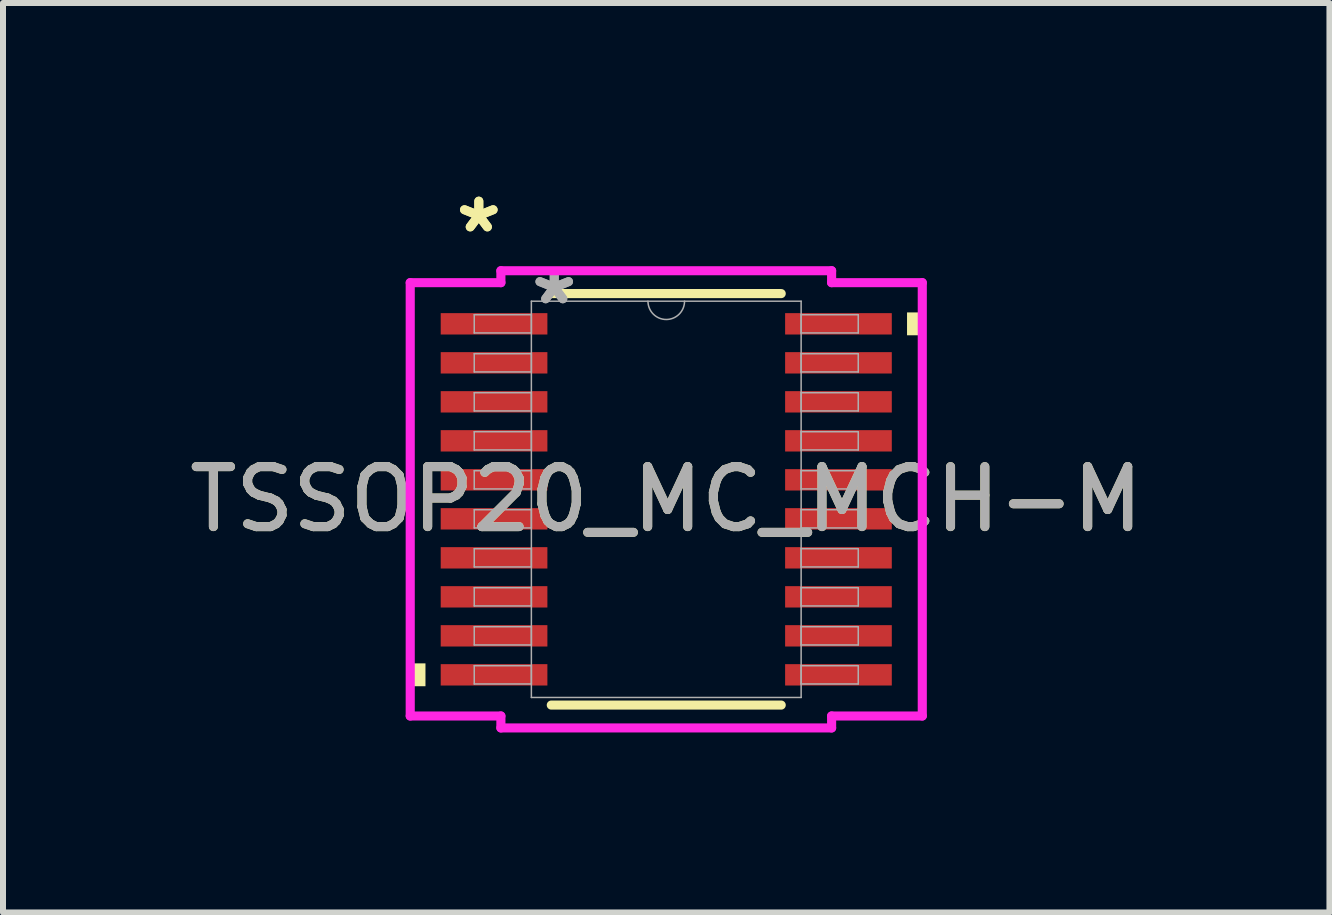
<source format=kicad_pcb>
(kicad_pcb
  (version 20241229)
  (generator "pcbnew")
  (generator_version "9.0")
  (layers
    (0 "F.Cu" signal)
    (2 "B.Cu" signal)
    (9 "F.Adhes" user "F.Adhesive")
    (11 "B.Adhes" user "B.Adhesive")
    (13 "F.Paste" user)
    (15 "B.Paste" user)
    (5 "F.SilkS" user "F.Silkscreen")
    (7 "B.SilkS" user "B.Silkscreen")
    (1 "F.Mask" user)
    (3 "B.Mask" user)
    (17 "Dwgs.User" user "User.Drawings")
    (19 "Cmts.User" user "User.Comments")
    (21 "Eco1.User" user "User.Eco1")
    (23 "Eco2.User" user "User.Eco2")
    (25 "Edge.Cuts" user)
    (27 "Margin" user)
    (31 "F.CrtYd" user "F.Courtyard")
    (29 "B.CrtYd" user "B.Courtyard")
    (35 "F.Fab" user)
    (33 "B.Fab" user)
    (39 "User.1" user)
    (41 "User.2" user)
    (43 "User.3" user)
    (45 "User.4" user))
  (footprint "TSSOP20_MC_MCH-M"
    (layer "F.Cu")
    (at 8.054 5.272)
    (property "Reference" "TSSOP20_MC_MCH-M" (at 0 0 0) (unlocked yes) (layer "F.SilkS") (effects (font (size 1 1) (thickness 0.15))))
    (attr smd)
    (fp_line (start -1.916 3.429) (end 1.916 3.429) (stroke (width 0.152) (type solid)) (layer "F.SilkS"))
    (fp_line (start 1.916 -3.429) (end -1.916 -3.429) (stroke (width 0.152) (type solid)) (layer "F.SilkS"))
    (fp_poly (pts (xy -4.267 2.734) (xy -4.267 3.115) (xy -4.013 3.115) (xy -4.013 2.734)) (stroke (width 0) (type solid)) (fill yes) (layer "F.SilkS"))
    (fp_poly (pts (xy 4.267 -3.115) (xy 4.267 -2.734) (xy 4.013 -2.734) (xy 4.013 -3.115)) (stroke (width 0) (type solid)) (fill yes) (layer "F.SilkS"))
    (fp_line (start -4.267 -3.611) (end -2.756 -3.611) (stroke (width 0.152) (type solid)) (layer "F.CrtYd"))
    (fp_line (start -4.267 3.611) (end -4.267 -3.611) (stroke (width 0.152) (type solid)) (layer "F.CrtYd"))
    (fp_line (start -4.267 3.611) (end -2.756 3.611) (stroke (width 0.152) (type solid)) (layer "F.CrtYd"))
    (fp_line (start -2.756 -3.81) (end 2.756 -3.81) (stroke (width 0.152) (type solid)) (layer "F.CrtYd"))
    (fp_line (start -2.756 -3.611) (end -2.756 -3.81) (stroke (width 0.152) (type solid)) (layer "F.CrtYd"))
    (fp_line (start -2.756 3.81) (end -2.756 3.611) (stroke (width 0.152) (type solid)) (layer "F.CrtYd"))
    (fp_line (start 2.756 -3.81) (end 2.756 -3.611) (stroke (width 0.152) (type solid)) (layer "F.CrtYd"))
    (fp_line (start 2.756 3.611) (end 2.756 3.81) (stroke (width 0.152) (type solid)) (layer "F.CrtYd"))
    (fp_line (start 2.756 3.81) (end -2.756 3.81) (stroke (width 0.152) (type solid)) (layer "F.CrtYd"))
    (fp_line (start 4.267 -3.611) (end 2.756 -3.611) (stroke (width 0.152) (type solid)) (layer "F.CrtYd"))
    (fp_line (start 4.267 -3.611) (end 4.267 3.611) (stroke (width 0.152) (type solid)) (layer "F.CrtYd"))
    (fp_line (start 4.267 3.611) (end 2.756 3.611) (stroke (width 0.152) (type solid)) (layer "F.CrtYd"))
    (fp_line (start -3.2 -3.077) (end -3.2 -2.773) (stroke (width 0.025) (type solid)) (layer "F.Fab"))
    (fp_line (start -3.2 -2.773) (end -2.248 -2.773) (stroke (width 0.025) (type solid)) (layer "F.Fab"))
    (fp_line (start -3.2 -2.427) (end -3.2 -2.123) (stroke (width 0.025) (type solid)) (layer "F.Fab"))
    (fp_line (start -3.2 -2.123) (end -2.248 -2.123) (stroke (width 0.025) (type solid)) (layer "F.Fab"))
    (fp_line (start -3.2 -1.777) (end -3.2 -1.473) (stroke (width 0.025) (type solid)) (layer "F.Fab"))
    (fp_line (start -3.2 -1.473) (end -2.248 -1.473) (stroke (width 0.025) (type solid)) (layer "F.Fab"))
    (fp_line (start -3.2 -1.127) (end -3.2 -0.823) (stroke (width 0.025) (type solid)) (layer "F.Fab"))
    (fp_line (start -3.2 -0.823) (end -2.248 -0.823) (stroke (width 0.025) (type solid)) (layer "F.Fab"))
    (fp_line (start -3.2 -0.477) (end -3.2 -0.173) (stroke (width 0.025) (type solid)) (layer "F.Fab"))
    (fp_line (start -3.2 -0.173) (end -2.248 -0.173) (stroke (width 0.025) (type solid)) (layer "F.Fab"))
    (fp_line (start -3.2 0.173) (end -3.2 0.477) (stroke (width 0.025) (type solid)) (layer "F.Fab"))
    (fp_line (start -3.2 0.477) (end -2.248 0.477) (stroke (width 0.025) (type solid)) (layer "F.Fab"))
    (fp_line (start -3.2 0.823) (end -3.2 1.127) (stroke (width 0.025) (type solid)) (layer "F.Fab"))
    (fp_line (start -3.2 1.127) (end -2.248 1.127) (stroke (width 0.025) (type solid)) (layer "F.Fab"))
    (fp_line (start -3.2 1.473) (end -3.2 1.777) (stroke (width 0.025) (type solid)) (layer "F.Fab"))
    (fp_line (start -3.2 1.777) (end -2.248 1.777) (stroke (width 0.025) (type solid)) (layer "F.Fab"))
    (fp_line (start -3.2 2.123) (end -3.2 2.427) (stroke (width 0.025) (type solid)) (layer "F.Fab"))
    (fp_line (start -3.2 2.427) (end -2.248 2.427) (stroke (width 0.025) (type solid)) (layer "F.Fab"))
    (fp_line (start -3.2 2.773) (end -3.2 3.077) (stroke (width 0.025) (type solid)) (layer "F.Fab"))
    (fp_line (start -3.2 3.077) (end -2.248 3.077) (stroke (width 0.025) (type solid)) (layer "F.Fab"))
    (fp_line (start -2.248 -3.302) (end -2.248 3.302) (stroke (width 0.025) (type solid)) (layer "F.Fab"))
    (fp_line (start -2.248 -3.077) (end -3.2 -3.077) (stroke (width 0.025) (type solid)) (layer "F.Fab"))
    (fp_line (start -2.248 -2.773) (end -2.248 -3.077) (stroke (width 0.025) (type solid)) (layer "F.Fab"))
    (fp_line (start -2.248 -2.427) (end -3.2 -2.427) (stroke (width 0.025) (type solid)) (layer "F.Fab"))
    (fp_line (start -2.248 -2.123) (end -2.248 -2.427) (stroke (width 0.025) (type solid)) (layer "F.Fab"))
    (fp_line (start -2.248 -1.777) (end -3.2 -1.777) (stroke (width 0.025) (type solid)) (layer "F.Fab"))
    (fp_line (start -2.248 -1.473) (end -2.248 -1.777) (stroke (width 0.025) (type solid)) (layer "F.Fab"))
    (fp_line (start -2.248 -1.127) (end -3.2 -1.127) (stroke (width 0.025) (type solid)) (layer "F.Fab"))
    (fp_line (start -2.248 -0.823) (end -2.248 -1.127) (stroke (width 0.025) (type solid)) (layer "F.Fab"))
    (fp_line (start -2.248 -0.477) (end -3.2 -0.477) (stroke (width 0.025) (type solid)) (layer "F.Fab"))
    (fp_line (start -2.248 -0.173) (end -2.248 -0.477) (stroke (width 0.025) (type solid)) (layer "F.Fab"))
    (fp_line (start -2.248 0.173) (end -3.2 0.173) (stroke (width 0.025) (type solid)) (layer "F.Fab"))
    (fp_line (start -2.248 0.477) (end -2.248 0.173) (stroke (width 0.025) (type solid)) (layer "F.Fab"))
    (fp_line (start -2.248 0.823) (end -3.2 0.823) (stroke (width 0.025) (type solid)) (layer "F.Fab"))
    (fp_line (start -2.248 1.127) (end -2.248 0.823) (stroke (width 0.025) (type solid)) (layer "F.Fab"))
    (fp_line (start -2.248 1.473) (end -3.2 1.473) (stroke (width 0.025) (type solid)) (layer "F.Fab"))
    (fp_line (start -2.248 1.777) (end -2.248 1.473) (stroke (width 0.025) (type solid)) (layer "F.Fab"))
    (fp_line (start -2.248 2.123) (end -3.2 2.123) (stroke (width 0.025) (type solid)) (layer "F.Fab"))
    (fp_line (start -2.248 2.427) (end -2.248 2.123) (stroke (width 0.025) (type solid)) (layer "F.Fab"))
    (fp_line (start -2.248 2.773) (end -3.2 2.773) (stroke (width 0.025) (type solid)) (layer "F.Fab"))
    (fp_line (start -2.248 3.077) (end -2.248 2.773) (stroke (width 0.025) (type solid)) (layer "F.Fab"))
    (fp_line (start -2.248 3.302) (end 2.248 3.302) (stroke (width 0.025) (type solid)) (layer "F.Fab"))
    (fp_line (start 2.248 -3.302) (end -2.248 -3.302) (stroke (width 0.025) (type solid)) (layer "F.Fab"))
    (fp_line (start 2.248 -3.077) (end 2.248 -2.773) (stroke (width 0.025) (type solid)) (layer "F.Fab"))
    (fp_line (start 2.248 -2.773) (end 3.2 -2.773) (stroke (width 0.025) (type solid)) (layer "F.Fab"))
    (fp_line (start 2.248 -2.427) (end 2.248 -2.123) (stroke (width 0.025) (type solid)) (layer "F.Fab"))
    (fp_line (start 2.248 -2.123) (end 3.2 -2.123) (stroke (width 0.025) (type solid)) (layer "F.Fab"))
    (fp_line (start 2.248 -1.777) (end 2.248 -1.473) (stroke (width 0.025) (type solid)) (layer "F.Fab"))
    (fp_line (start 2.248 -1.473) (end 3.2 -1.473) (stroke (width 0.025) (type solid)) (layer "F.Fab"))
    (fp_line (start 2.248 -1.127) (end 2.248 -0.823) (stroke (width 0.025) (type solid)) (layer "F.Fab"))
    (fp_line (start 2.248 -0.823) (end 3.2 -0.823) (stroke (width 0.025) (type solid)) (layer "F.Fab"))
    (fp_line (start 2.248 -0.477) (end 2.248 -0.173) (stroke (width 0.025) (type solid)) (layer "F.Fab"))
    (fp_line (start 2.248 -0.173) (end 3.2 -0.173) (stroke (width 0.025) (type solid)) (layer "F.Fab"))
    (fp_line (start 2.248 0.173) (end 2.248 0.477) (stroke (width 0.025) (type solid)) (layer "F.Fab"))
    (fp_line (start 2.248 0.477) (end 3.2 0.477) (stroke (width 0.025) (type solid)) (layer "F.Fab"))
    (fp_line (start 2.248 0.823) (end 2.248 1.127) (stroke (width 0.025) (type solid)) (layer "F.Fab"))
    (fp_line (start 2.248 1.127) (end 3.2 1.127) (stroke (width 0.025) (type solid)) (layer "F.Fab"))
    (fp_line (start 2.248 1.473) (end 2.248 1.777) (stroke (width 0.025) (type solid)) (layer "F.Fab"))
    (fp_line (start 2.248 1.777) (end 3.2 1.777) (stroke (width 0.025) (type solid)) (layer "F.Fab"))
    (fp_line (start 2.248 2.123) (end 2.248 2.427) (stroke (width 0.025) (type solid)) (layer "F.Fab"))
    (fp_line (start 2.248 2.427) (end 3.2 2.427) (stroke (width 0.025) (type solid)) (layer "F.Fab"))
    (fp_line (start 2.248 2.773) (end 2.248 3.077) (stroke (width 0.025) (type solid)) (layer "F.Fab"))
    (fp_line (start 2.248 3.077) (end 3.2 3.077) (stroke (width 0.025) (type solid)) (layer "F.Fab"))
    (fp_line (start 2.248 3.302) (end 2.248 -3.302) (stroke (width 0.025) (type solid)) (layer "F.Fab"))
    (fp_line (start 3.2 -3.077) (end 2.248 -3.077) (stroke (width 0.025) (type solid)) (layer "F.Fab"))
    (fp_line (start 3.2 -2.773) (end 3.2 -3.077) (stroke (width 0.025) (type solid)) (layer "F.Fab"))
    (fp_line (start 3.2 -2.427) (end 2.248 -2.427) (stroke (width 0.025) (type solid)) (layer "F.Fab"))
    (fp_line (start 3.2 -2.123) (end 3.2 -2.427) (stroke (width 0.025) (type solid)) (layer "F.Fab"))
    (fp_line (start 3.2 -1.777) (end 2.248 -1.777) (stroke (width 0.025) (type solid)) (layer "F.Fab"))
    (fp_line (start 3.2 -1.473) (end 3.2 -1.777) (stroke (width 0.025) (type solid)) (layer "F.Fab"))
    (fp_line (start 3.2 -1.127) (end 2.248 -1.127) (stroke (width 0.025) (type solid)) (layer "F.Fab"))
    (fp_line (start 3.2 -0.823) (end 3.2 -1.127) (stroke (width 0.025) (type solid)) (layer "F.Fab"))
    (fp_line (start 3.2 -0.477) (end 2.248 -0.477) (stroke (width 0.025) (type solid)) (layer "F.Fab"))
    (fp_line (start 3.2 -0.173) (end 3.2 -0.477) (stroke (width 0.025) (type solid)) (layer "F.Fab"))
    (fp_line (start 3.2 0.173) (end 2.248 0.173) (stroke (width 0.025) (type solid)) (layer "F.Fab"))
    (fp_line (start 3.2 0.477) (end 3.2 0.173) (stroke (width 0.025) (type solid)) (layer "F.Fab"))
    (fp_line (start 3.2 0.823) (end 2.248 0.823) (stroke (width 0.025) (type solid)) (layer "F.Fab"))
    (fp_line (start 3.2 1.127) (end 3.2 0.823) (stroke (width 0.025) (type solid)) (layer "F.Fab"))
    (fp_line (start 3.2 1.473) (end 2.248 1.473) (stroke (width 0.025) (type solid)) (layer "F.Fab"))
    (fp_line (start 3.2 1.777) (end 3.2 1.473) (stroke (width 0.025) (type solid)) (layer "F.Fab"))
    (fp_line (start 3.2 2.123) (end 2.248 2.123) (stroke (width 0.025) (type solid)) (layer "F.Fab"))
    (fp_line (start 3.2 2.427) (end 3.2 2.123) (stroke (width 0.025) (type solid)) (layer "F.Fab"))
    (fp_line (start 3.2 2.773) (end 2.248 2.773) (stroke (width 0.025) (type solid)) (layer "F.Fab"))
    (fp_line (start 3.2 3.077) (end 3.2 2.773) (stroke (width 0.025) (type solid)) (layer "F.Fab"))
    (fp_arc (start 0.3048 -3.302) (mid 0 -2.9972) (end -0.3048 -3.302) (stroke (width 0.0254) (type solid)) (layer "F.Fab"))
    (fp_text user "*" (at -3.124 -4.424 0) (unlocked yes) (layer "F.SilkS") (effects (font (size 1 1) (thickness 0.15))))
    (fp_text user "*" (at -3.124 -4.424 0) (layer "F.SilkS") (effects (font (size 1 1) (thickness 0.15))))
    (fp_text user "*" (at -1.867 -3.226 0) (unlocked yes) (layer "F.Fab") (effects (font (size 1 1) (thickness 0.15))))
    (fp_text user "*" (at -1.867 -3.226 0) (layer "F.Fab") (effects (font (size 1 1) (thickness 0.15))))
    (fp_text user "${REFERENCE}" (at 0 0 0) (unlocked yes) (layer "F.Fab") (effects (font (size 1 1) (thickness 0.15))))
    (pad "1" smd rect (at -2.87 -2.925) (size 1.778 0.356) (layers "F.Cu" "F.Mask" "F.Paste"))
    (pad "2" smd rect (at -2.87 -2.275) (size 1.778 0.356) (layers "F.Cu" "F.Mask" "F.Paste"))
    (pad "3" smd rect (at -2.87 -1.625) (size 1.778 0.356) (layers "F.Cu" "F.Mask" "F.Paste"))
    (pad "4" smd rect (at -2.87 -0.975) (size 1.778 0.356) (layers "F.Cu" "F.Mask" "F.Paste"))
    (pad "5" smd rect (at -2.87 -0.325) (size 1.778 0.356) (layers "F.Cu" "F.Mask" "F.Paste"))
    (pad "6" smd rect (at -2.87 0.325) (size 1.778 0.356) (layers "F.Cu" "F.Mask" "F.Paste"))
    (pad "7" smd rect (at -2.87 0.975) (size 1.778 0.356) (layers "F.Cu" "F.Mask" "F.Paste"))
    (pad "8" smd rect (at -2.87 1.625) (size 1.778 0.356) (layers "F.Cu" "F.Mask" "F.Paste"))
    (pad "9" smd rect (at -2.87 2.275) (size 1.778 0.356) (layers "F.Cu" "F.Mask" "F.Paste"))
    (pad "10" smd rect (at -2.87 2.925) (size 1.778 0.356) (layers "F.Cu" "F.Mask" "F.Paste"))
    (pad "11" smd rect (at 2.87 2.925) (size 1.778 0.356) (layers "F.Cu" "F.Mask" "F.Paste"))
    (pad "12" smd rect (at 2.87 2.275) (size 1.778 0.356) (layers "F.Cu" "F.Mask" "F.Paste"))
    (pad "13" smd rect (at 2.87 1.625) (size 1.778 0.356) (layers "F.Cu" "F.Mask" "F.Paste"))
    (pad "14" smd rect (at 2.87 0.975) (size 1.778 0.356) (layers "F.Cu" "F.Mask" "F.Paste"))
    (pad "15" smd rect (at 2.87 0.325) (size 1.778 0.356) (layers "F.Cu" "F.Mask" "F.Paste"))
    (pad "16" smd rect (at 2.87 -0.325) (size 1.778 0.356) (layers "F.Cu" "F.Mask" "F.Paste"))
    (pad "17" smd rect (at 2.87 -0.975) (size 1.778 0.356) (layers "F.Cu" "F.Mask" "F.Paste"))
    (pad "18" smd rect (at 2.87 -1.625) (size 1.778 0.356) (layers "F.Cu" "F.Mask" "F.Paste"))
    (pad "19" smd rect (at 2.87 -2.275) (size 1.778 0.356) (layers "F.Cu" "F.Mask" "F.Paste"))
    (pad "20" smd rect (at 2.87 -2.925) (size 1.778 0.356) (layers "F.Cu" "F.Mask" "F.Paste")))
  (gr_rect
    (start -3 -3)
    (end 19.107 12.158)
    (stroke (width 0.1) (type default))
    (fill no)
    (layer "Edge.Cuts")))
</source>
